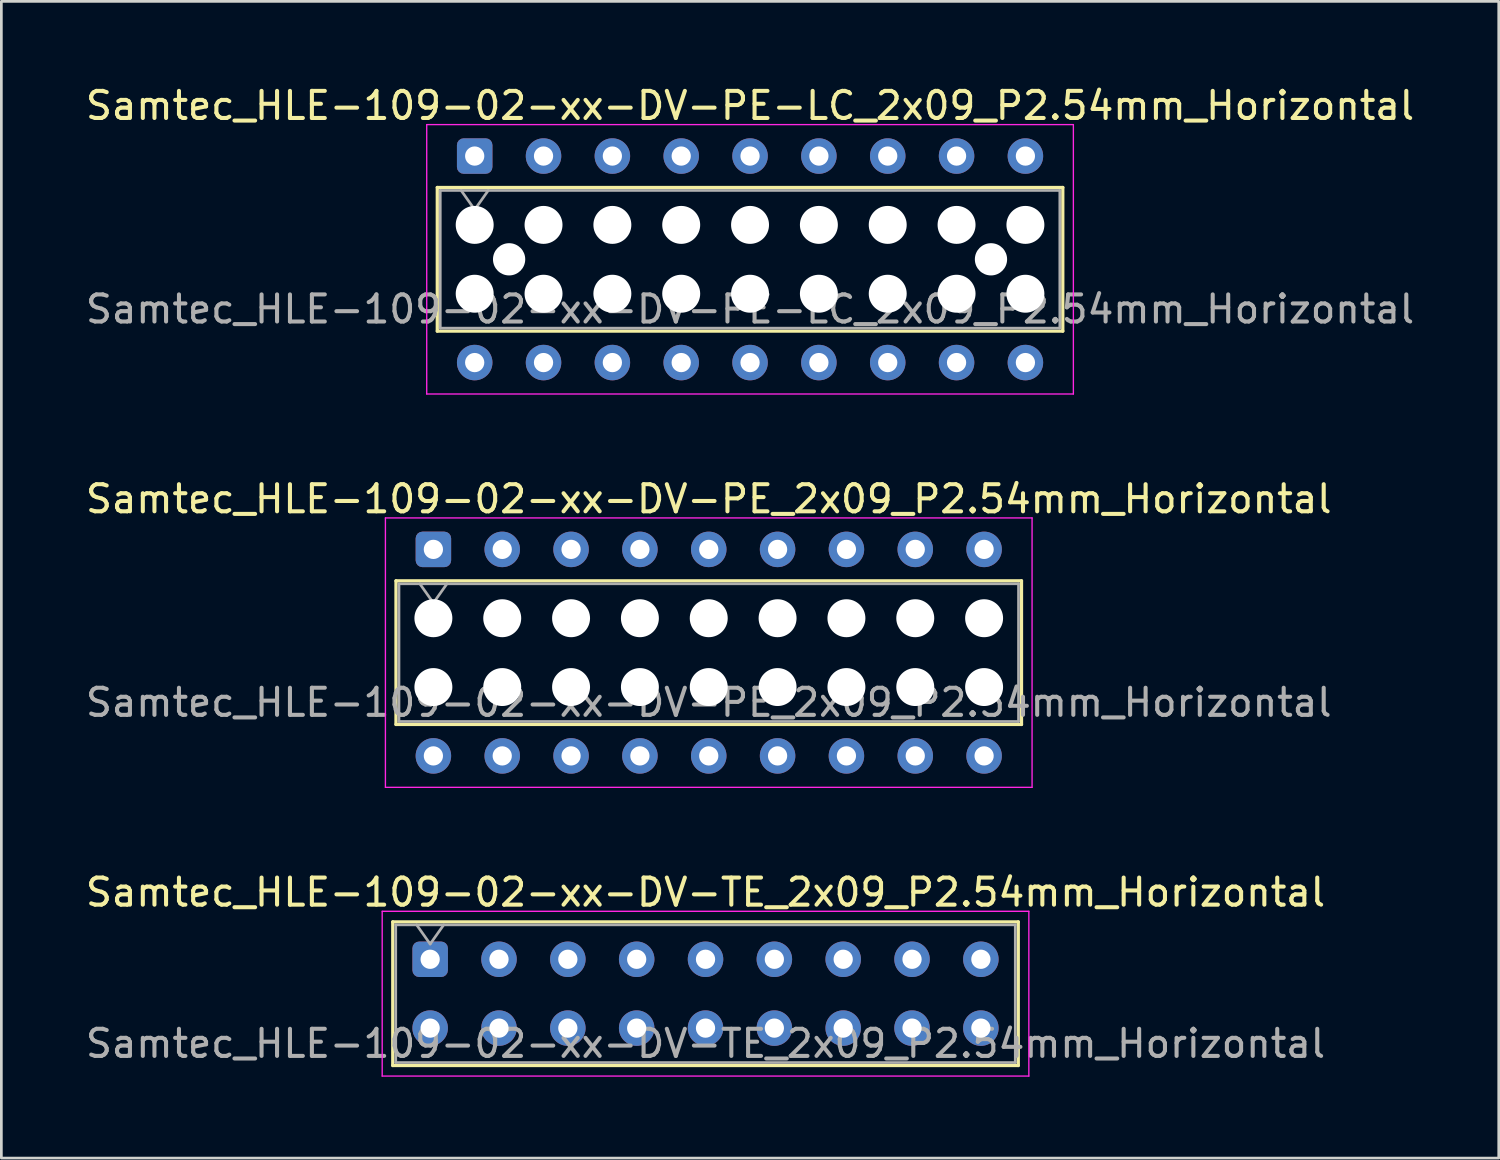
<source format=kicad_pcb>
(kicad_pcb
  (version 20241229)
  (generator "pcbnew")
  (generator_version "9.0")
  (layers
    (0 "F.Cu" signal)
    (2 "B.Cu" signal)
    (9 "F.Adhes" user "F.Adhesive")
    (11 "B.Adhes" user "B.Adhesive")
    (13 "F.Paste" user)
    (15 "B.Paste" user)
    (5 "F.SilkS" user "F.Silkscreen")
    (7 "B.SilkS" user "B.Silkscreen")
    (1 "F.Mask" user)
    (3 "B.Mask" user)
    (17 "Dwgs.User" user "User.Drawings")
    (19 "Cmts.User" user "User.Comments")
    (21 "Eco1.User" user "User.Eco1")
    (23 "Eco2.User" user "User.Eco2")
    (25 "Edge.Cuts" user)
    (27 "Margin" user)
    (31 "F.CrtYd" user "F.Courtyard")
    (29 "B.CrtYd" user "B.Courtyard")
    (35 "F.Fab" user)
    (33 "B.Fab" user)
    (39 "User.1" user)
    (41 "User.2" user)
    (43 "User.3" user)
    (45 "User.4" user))
  (footprint "Samtec_HLE-109-02-xx-DV-TE_2x09_P2.54mm_Horizontal"
    (layer "F.Cu")
    (at 12.822 32.345)
    (property "Reference" "Samtec_HLE-109-02-xx-DV-TE_2x09_P2.54mm_Horizontal" (at 10.16 -2.47 0) (layer "F.SilkS") (effects (font (size 1 1) (thickness 0.15))))
    (attr through_hole)
    (fp_line (start -1.38 -1.38) (end 21.7 -1.38) (stroke (width 0.12) (type solid)) (layer "F.SilkS"))
    (fp_line (start -1.38 3.92) (end -1.38 -1.38) (stroke (width 0.12) (type solid)) (layer "F.SilkS"))
    (fp_line (start 21.7 -1.38) (end 21.7 3.92) (stroke (width 0.12) (type solid)) (layer "F.SilkS"))
    (fp_line (start 21.7 3.92) (end -1.38 3.92) (stroke (width 0.12) (type solid)) (layer "F.SilkS"))
    (fp_line (start -1.77 -1.77) (end 22.09 -1.77) (stroke (width 0.05) (type solid)) (layer "F.CrtYd"))
    (fp_line (start -1.77 4.31) (end -1.77 -1.77) (stroke (width 0.05) (type solid)) (layer "F.CrtYd"))
    (fp_line (start 22.09 -1.77) (end 22.09 4.31) (stroke (width 0.05) (type solid)) (layer "F.CrtYd"))
    (fp_line (start 22.09 4.31) (end -1.77 4.31) (stroke (width 0.05) (type solid)) (layer "F.CrtYd"))
    (fp_line (start -1.27 -1.27) (end 21.59 -1.27) (stroke (width 0.1) (type solid)) (layer "F.Fab"))
    (fp_line (start -1.27 3.81) (end -1.27 -1.27) (stroke (width 0.1) (type solid)) (layer "F.Fab"))
    (fp_line (start -0.5 -1.27) (end 0 -0.563) (stroke (width 0.1) (type solid)) (layer "F.Fab"))
    (fp_line (start 0 -0.563) (end 0.5 -1.27) (stroke (width 0.1) (type solid)) (layer "F.Fab"))
    (fp_line (start 21.59 -1.27) (end 21.59 3.81) (stroke (width 0.1) (type solid)) (layer "F.Fab"))
    (fp_line (start 21.59 3.81) (end -1.27 3.81) (stroke (width 0.1) (type solid)) (layer "F.Fab"))
    (fp_text user "${REFERENCE}" (at 10.16 3.11 0) (layer "F.Fab") (effects (font (size 1 1) (thickness 0.15))))
    (pad "1" thru_hole roundrect (at 0 0) (size 1.31 1.31) (drill 0.71) (layers "*.Cu" "*.Mask") (roundrect_rratio 0.191))
    (pad "2" thru_hole circle (at 0 2.54) (size 1.31 1.31) (drill 0.71) (layers "*.Cu" "*.Mask"))
    (pad "3" thru_hole circle (at 2.54 0) (size 1.31 1.31) (drill 0.71) (layers "*.Cu" "*.Mask"))
    (pad "4" thru_hole circle (at 2.54 2.54) (size 1.31 1.31) (drill 0.71) (layers "*.Cu" "*.Mask"))
    (pad "5" thru_hole circle (at 5.08 0) (size 1.31 1.31) (drill 0.71) (layers "*.Cu" "*.Mask"))
    (pad "6" thru_hole circle (at 5.08 2.54) (size 1.31 1.31) (drill 0.71) (layers "*.Cu" "*.Mask"))
    (pad "7" thru_hole circle (at 7.62 0) (size 1.31 1.31) (drill 0.71) (layers "*.Cu" "*.Mask"))
    (pad "8" thru_hole circle (at 7.62 2.54) (size 1.31 1.31) (drill 0.71) (layers "*.Cu" "*.Mask"))
    (pad "9" thru_hole circle (at 10.16 0) (size 1.31 1.31) (drill 0.71) (layers "*.Cu" "*.Mask"))
    (pad "10" thru_hole circle (at 10.16 2.54) (size 1.31 1.31) (drill 0.71) (layers "*.Cu" "*.Mask"))
    (pad "11" thru_hole circle (at 12.7 0) (size 1.31 1.31) (drill 0.71) (layers "*.Cu" "*.Mask"))
    (pad "12" thru_hole circle (at 12.7 2.54) (size 1.31 1.31) (drill 0.71) (layers "*.Cu" "*.Mask"))
    (pad "13" thru_hole circle (at 15.24 0) (size 1.31 1.31) (drill 0.71) (layers "*.Cu" "*.Mask"))
    (pad "14" thru_hole circle (at 15.24 2.54) (size 1.31 1.31) (drill 0.71) (layers "*.Cu" "*.Mask"))
    (pad "15" thru_hole circle (at 17.78 0) (size 1.31 1.31) (drill 0.71) (layers "*.Cu" "*.Mask"))
    (pad "16" thru_hole circle (at 17.78 2.54) (size 1.31 1.31) (drill 0.71) (layers "*.Cu" "*.Mask"))
    (pad "17" thru_hole circle (at 20.32 0) (size 1.31 1.31) (drill 0.71) (layers "*.Cu" "*.Mask"))
    (pad "18" thru_hole circle (at 20.32 2.54) (size 1.31 1.31) (drill 0.71) (layers "*.Cu" "*.Mask")))
  (footprint "Samtec_HLE-109-02-xx-DV-PE_2x09_P2.54mm_Horizontal"
    (layer "F.Cu")
    (at 12.941 17.221)
    (property "Reference" "Samtec_HLE-109-02-xx-DV-PE_2x09_P2.54mm_Horizontal" (at 10.16 -1.86 0) (layer "F.SilkS") (effects (font (size 1 1) (thickness 0.15))))
    (attr through_hole)
    (fp_line (start -1.38 1.16) (end 21.7 1.16) (stroke (width 0.12) (type solid)) (layer "F.SilkS"))
    (fp_line (start -1.38 6.46) (end -1.38 1.16) (stroke (width 0.12) (type solid)) (layer "F.SilkS"))
    (fp_line (start 21.7 1.16) (end 21.7 6.46) (stroke (width 0.12) (type solid)) (layer "F.SilkS"))
    (fp_line (start 21.7 6.46) (end -1.38 6.46) (stroke (width 0.12) (type solid)) (layer "F.SilkS"))
    (fp_line (start -1.77 -1.16) (end 22.09 -1.16) (stroke (width 0.05) (type solid)) (layer "F.CrtYd"))
    (fp_line (start -1.77 8.78) (end -1.77 -1.16) (stroke (width 0.05) (type solid)) (layer "F.CrtYd"))
    (fp_line (start 22.09 -1.16) (end 22.09 8.78) (stroke (width 0.05) (type solid)) (layer "F.CrtYd"))
    (fp_line (start 22.09 8.78) (end -1.77 8.78) (stroke (width 0.05) (type solid)) (layer "F.CrtYd"))
    (fp_line (start -1.27 1.27) (end 21.59 1.27) (stroke (width 0.1) (type solid)) (layer "F.Fab"))
    (fp_line (start -1.27 6.35) (end -1.27 1.27) (stroke (width 0.1) (type solid)) (layer "F.Fab"))
    (fp_line (start -0.5 1.27) (end 0 1.977) (stroke (width 0.1) (type solid)) (layer "F.Fab"))
    (fp_line (start 0 1.977) (end 0.5 1.27) (stroke (width 0.1) (type solid)) (layer "F.Fab"))
    (fp_line (start 21.59 1.27) (end 21.59 6.35) (stroke (width 0.1) (type solid)) (layer "F.Fab"))
    (fp_line (start 21.59 6.35) (end -1.27 6.35) (stroke (width 0.1) (type solid)) (layer "F.Fab"))
    (fp_text user "${REFERENCE}" (at 10.16 5.65 0) (layer "F.Fab") (effects (font (size 1 1) (thickness 0.15))))
    (pad "" np_thru_hole circle (at 0 2.54) (size 1.4 1.4) (drill 1.4) (layers "*.Cu" "*.Mask"))
    (pad "" np_thru_hole circle (at 0 5.08) (size 1.4 1.4) (drill 1.4) (layers "*.Cu" "*.Mask"))
    (pad "" np_thru_hole circle (at 2.54 2.54) (size 1.4 1.4) (drill 1.4) (layers "*.Cu" "*.Mask"))
    (pad "" np_thru_hole circle (at 2.54 5.08) (size 1.4 1.4) (drill 1.4) (layers "*.Cu" "*.Mask"))
    (pad "" np_thru_hole circle (at 5.08 2.54) (size 1.4 1.4) (drill 1.4) (layers "*.Cu" "*.Mask"))
    (pad "" np_thru_hole circle (at 5.08 5.08) (size 1.4 1.4) (drill 1.4) (layers "*.Cu" "*.Mask"))
    (pad "" np_thru_hole circle (at 7.62 2.54) (size 1.4 1.4) (drill 1.4) (layers "*.Cu" "*.Mask"))
    (pad "" np_thru_hole circle (at 7.62 5.08) (size 1.4 1.4) (drill 1.4) (layers "*.Cu" "*.Mask"))
    (pad "" np_thru_hole circle (at 10.16 2.54) (size 1.4 1.4) (drill 1.4) (layers "*.Cu" "*.Mask"))
    (pad "" np_thru_hole circle (at 10.16 5.08) (size 1.4 1.4) (drill 1.4) (layers "*.Cu" "*.Mask"))
    (pad "" np_thru_hole circle (at 12.7 2.54) (size 1.4 1.4) (drill 1.4) (layers "*.Cu" "*.Mask"))
    (pad "" np_thru_hole circle (at 12.7 5.08) (size 1.4 1.4) (drill 1.4) (layers "*.Cu" "*.Mask"))
    (pad "" np_thru_hole circle (at 15.24 2.54) (size 1.4 1.4) (drill 1.4) (layers "*.Cu" "*.Mask"))
    (pad "" np_thru_hole circle (at 15.24 5.08) (size 1.4 1.4) (drill 1.4) (layers "*.Cu" "*.Mask"))
    (pad "" np_thru_hole circle (at 17.78 2.54) (size 1.4 1.4) (drill 1.4) (layers "*.Cu" "*.Mask"))
    (pad "" np_thru_hole circle (at 17.78 5.08) (size 1.4 1.4) (drill 1.4) (layers "*.Cu" "*.Mask"))
    (pad "" np_thru_hole circle (at 20.32 2.54) (size 1.4 1.4) (drill 1.4) (layers "*.Cu" "*.Mask"))
    (pad "" np_thru_hole circle (at 20.32 5.08) (size 1.4 1.4) (drill 1.4) (layers "*.Cu" "*.Mask"))
    (pad "1" thru_hole roundrect (at 0 0) (size 1.31 1.31) (drill 0.71) (layers "*.Cu" "*.Mask") (roundrect_rratio 0.191))
    (pad "2" thru_hole circle (at 0 7.62) (size 1.31 1.31) (drill 0.71) (layers "*.Cu" "*.Mask"))
    (pad "3" thru_hole circle (at 2.54 0) (size 1.31 1.31) (drill 0.71) (layers "*.Cu" "*.Mask"))
    (pad "4" thru_hole circle (at 2.54 7.62) (size 1.31 1.31) (drill 0.71) (layers "*.Cu" "*.Mask"))
    (pad "5" thru_hole circle (at 5.08 0) (size 1.31 1.31) (drill 0.71) (layers "*.Cu" "*.Mask"))
    (pad "6" thru_hole circle (at 5.08 7.62) (size 1.31 1.31) (drill 0.71) (layers "*.Cu" "*.Mask"))
    (pad "7" thru_hole circle (at 7.62 0) (size 1.31 1.31) (drill 0.71) (layers "*.Cu" "*.Mask"))
    (pad "8" thru_hole circle (at 7.62 7.62) (size 1.31 1.31) (drill 0.71) (layers "*.Cu" "*.Mask"))
    (pad "9" thru_hole circle (at 10.16 0) (size 1.31 1.31) (drill 0.71) (layers "*.Cu" "*.Mask"))
    (pad "10" thru_hole circle (at 10.16 7.62) (size 1.31 1.31) (drill 0.71) (layers "*.Cu" "*.Mask"))
    (pad "11" thru_hole circle (at 12.7 0) (size 1.31 1.31) (drill 0.71) (layers "*.Cu" "*.Mask"))
    (pad "12" thru_hole circle (at 12.7 7.62) (size 1.31 1.31) (drill 0.71) (layers "*.Cu" "*.Mask"))
    (pad "13" thru_hole circle (at 15.24 0) (size 1.31 1.31) (drill 0.71) (layers "*.Cu" "*.Mask"))
    (pad "14" thru_hole circle (at 15.24 7.62) (size 1.31 1.31) (drill 0.71) (layers "*.Cu" "*.Mask"))
    (pad "15" thru_hole circle (at 17.78 0) (size 1.31 1.31) (drill 0.71) (layers "*.Cu" "*.Mask"))
    (pad "16" thru_hole circle (at 17.78 7.62) (size 1.31 1.31) (drill 0.71) (layers "*.Cu" "*.Mask"))
    (pad "17" thru_hole circle (at 20.32 0) (size 1.31 1.31) (drill 0.71) (layers "*.Cu" "*.Mask"))
    (pad "18" thru_hole circle (at 20.32 7.62) (size 1.31 1.31) (drill 0.71) (layers "*.Cu" "*.Mask")))
  (footprint "Samtec_HLE-109-02-xx-DV-PE-LC_2x09_P2.54mm_Horizontal"
    (layer "F.Cu")
    (at 14.465 2.708)
    (property "Reference" "Samtec_HLE-109-02-xx-DV-PE-LC_2x09_P2.54mm_Horizontal" (at 10.16 -1.86 0) (layer "F.SilkS") (effects (font (size 1 1) (thickness 0.15))))
    (attr through_hole)
    (fp_line (start -1.38 1.16) (end 21.7 1.16) (stroke (width 0.12) (type solid)) (layer "F.SilkS"))
    (fp_line (start -1.38 6.46) (end -1.38 1.16) (stroke (width 0.12) (type solid)) (layer "F.SilkS"))
    (fp_line (start 21.7 1.16) (end 21.7 6.46) (stroke (width 0.12) (type solid)) (layer "F.SilkS"))
    (fp_line (start 21.7 6.46) (end -1.38 6.46) (stroke (width 0.12) (type solid)) (layer "F.SilkS"))
    (fp_line (start -1.77 -1.16) (end 22.09 -1.16) (stroke (width 0.05) (type solid)) (layer "F.CrtYd"))
    (fp_line (start -1.77 8.78) (end -1.77 -1.16) (stroke (width 0.05) (type solid)) (layer "F.CrtYd"))
    (fp_line (start 22.09 -1.16) (end 22.09 8.78) (stroke (width 0.05) (type solid)) (layer "F.CrtYd"))
    (fp_line (start 22.09 8.78) (end -1.77 8.78) (stroke (width 0.05) (type solid)) (layer "F.CrtYd"))
    (fp_line (start -1.27 1.27) (end 21.59 1.27) (stroke (width 0.1) (type solid)) (layer "F.Fab"))
    (fp_line (start -1.27 6.35) (end -1.27 1.27) (stroke (width 0.1) (type solid)) (layer "F.Fab"))
    (fp_line (start -0.5 1.27) (end 0 1.977) (stroke (width 0.1) (type solid)) (layer "F.Fab"))
    (fp_line (start 0 1.977) (end 0.5 1.27) (stroke (width 0.1) (type solid)) (layer "F.Fab"))
    (fp_line (start 21.59 1.27) (end 21.59 6.35) (stroke (width 0.1) (type solid)) (layer "F.Fab"))
    (fp_line (start 21.59 6.35) (end -1.27 6.35) (stroke (width 0.1) (type solid)) (layer "F.Fab"))
    (fp_text user "${REFERENCE}" (at 10.16 5.65 0) (layer "F.Fab") (effects (font (size 1 1) (thickness 0.15))))
    (pad "" np_thru_hole circle (at 0 2.54) (size 1.4 1.4) (drill 1.4) (layers "*.Cu" "*.Mask"))
    (pad "" np_thru_hole circle (at 0 5.08) (size 1.4 1.4) (drill 1.4) (layers "*.Cu" "*.Mask"))
    (pad "" np_thru_hole circle (at 1.27 3.81) (size 1.19 1.19) (drill 1.19) (layers "*.Cu" "*.Mask"))
    (pad "" np_thru_hole circle (at 2.54 2.54) (size 1.4 1.4) (drill 1.4) (layers "*.Cu" "*.Mask"))
    (pad "" np_thru_hole circle (at 2.54 5.08) (size 1.4 1.4) (drill 1.4) (layers "*.Cu" "*.Mask"))
    (pad "" np_thru_hole circle (at 5.08 2.54) (size 1.4 1.4) (drill 1.4) (layers "*.Cu" "*.Mask"))
    (pad "" np_thru_hole circle (at 5.08 5.08) (size 1.4 1.4) (drill 1.4) (layers "*.Cu" "*.Mask"))
    (pad "" np_thru_hole circle (at 7.62 2.54) (size 1.4 1.4) (drill 1.4) (layers "*.Cu" "*.Mask"))
    (pad "" np_thru_hole circle (at 7.62 5.08) (size 1.4 1.4) (drill 1.4) (layers "*.Cu" "*.Mask"))
    (pad "" np_thru_hole circle (at 10.16 2.54) (size 1.4 1.4) (drill 1.4) (layers "*.Cu" "*.Mask"))
    (pad "" np_thru_hole circle (at 10.16 5.08) (size 1.4 1.4) (drill 1.4) (layers "*.Cu" "*.Mask"))
    (pad "" np_thru_hole circle (at 12.7 2.54) (size 1.4 1.4) (drill 1.4) (layers "*.Cu" "*.Mask"))
    (pad "" np_thru_hole circle (at 12.7 5.08) (size 1.4 1.4) (drill 1.4) (layers "*.Cu" "*.Mask"))
    (pad "" np_thru_hole circle (at 15.24 2.54) (size 1.4 1.4) (drill 1.4) (layers "*.Cu" "*.Mask"))
    (pad "" np_thru_hole circle (at 15.24 5.08) (size 1.4 1.4) (drill 1.4) (layers "*.Cu" "*.Mask"))
    (pad "" np_thru_hole circle (at 17.78 2.54) (size 1.4 1.4) (drill 1.4) (layers "*.Cu" "*.Mask"))
    (pad "" np_thru_hole circle (at 17.78 5.08) (size 1.4 1.4) (drill 1.4) (layers "*.Cu" "*.Mask"))
    (pad "" np_thru_hole circle (at 19.05 3.81) (size 1.19 1.19) (drill 1.19) (layers "*.Cu" "*.Mask"))
    (pad "" np_thru_hole circle (at 20.32 2.54) (size 1.4 1.4) (drill 1.4) (layers "*.Cu" "*.Mask"))
    (pad "" np_thru_hole circle (at 20.32 5.08) (size 1.4 1.4) (drill 1.4) (layers "*.Cu" "*.Mask"))
    (pad "1" thru_hole roundrect (at 0 0) (size 1.31 1.31) (drill 0.71) (layers "*.Cu" "*.Mask") (roundrect_rratio 0.191))
    (pad "2" thru_hole circle (at 0 7.62) (size 1.31 1.31) (drill 0.71) (layers "*.Cu" "*.Mask"))
    (pad "3" thru_hole circle (at 2.54 0) (size 1.31 1.31) (drill 0.71) (layers "*.Cu" "*.Mask"))
    (pad "4" thru_hole circle (at 2.54 7.62) (size 1.31 1.31) (drill 0.71) (layers "*.Cu" "*.Mask"))
    (pad "5" thru_hole circle (at 5.08 0) (size 1.31 1.31) (drill 0.71) (layers "*.Cu" "*.Mask"))
    (pad "6" thru_hole circle (at 5.08 7.62) (size 1.31 1.31) (drill 0.71) (layers "*.Cu" "*.Mask"))
    (pad "7" thru_hole circle (at 7.62 0) (size 1.31 1.31) (drill 0.71) (layers "*.Cu" "*.Mask"))
    (pad "8" thru_hole circle (at 7.62 7.62) (size 1.31 1.31) (drill 0.71) (layers "*.Cu" "*.Mask"))
    (pad "9" thru_hole circle (at 10.16 0) (size 1.31 1.31) (drill 0.71) (layers "*.Cu" "*.Mask"))
    (pad "10" thru_hole circle (at 10.16 7.62) (size 1.31 1.31) (drill 0.71) (layers "*.Cu" "*.Mask"))
    (pad "11" thru_hole circle (at 12.7 0) (size 1.31 1.31) (drill 0.71) (layers "*.Cu" "*.Mask"))
    (pad "12" thru_hole circle (at 12.7 7.62) (size 1.31 1.31) (drill 0.71) (layers "*.Cu" "*.Mask"))
    (pad "13" thru_hole circle (at 15.24 0) (size 1.31 1.31) (drill 0.71) (layers "*.Cu" "*.Mask"))
    (pad "14" thru_hole circle (at 15.24 7.62) (size 1.31 1.31) (drill 0.71) (layers "*.Cu" "*.Mask"))
    (pad "15" thru_hole circle (at 17.78 0) (size 1.31 1.31) (drill 0.71) (layers "*.Cu" "*.Mask"))
    (pad "16" thru_hole circle (at 17.78 7.62) (size 1.31 1.31) (drill 0.71) (layers "*.Cu" "*.Mask"))
    (pad "17" thru_hole circle (at 20.32 0) (size 1.31 1.31) (drill 0.71) (layers "*.Cu" "*.Mask"))
    (pad "18" thru_hole circle (at 20.32 7.62) (size 1.31 1.31) (drill 0.71) (layers "*.Cu" "*.Mask")))
  (gr_rect
    (start -3 -3)
    (end 52.25 39.68)
    (stroke (width 0.1) (type default))
    (fill no)
    (layer "Edge.Cuts")))
</source>
